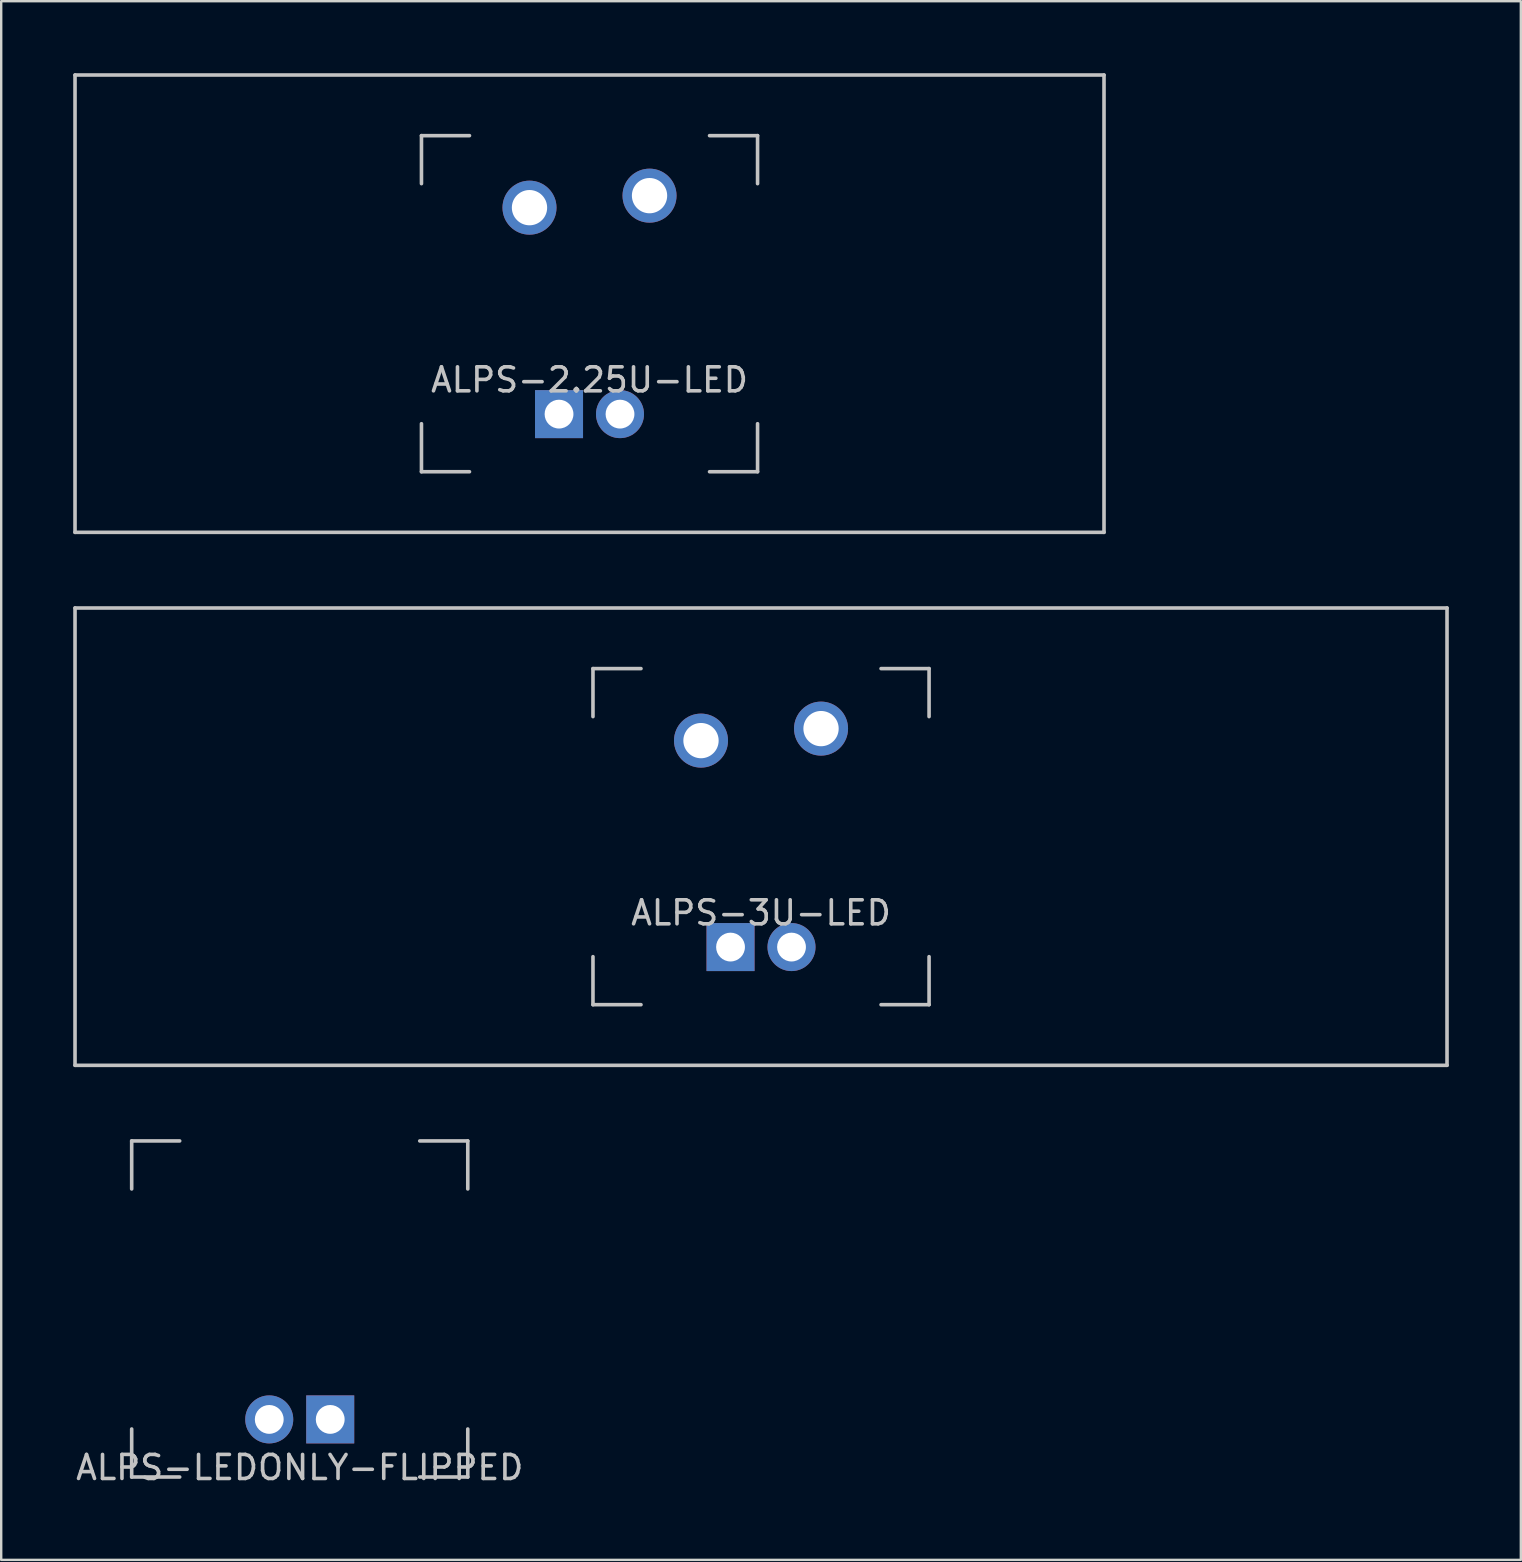
<source format=kicad_pcb>
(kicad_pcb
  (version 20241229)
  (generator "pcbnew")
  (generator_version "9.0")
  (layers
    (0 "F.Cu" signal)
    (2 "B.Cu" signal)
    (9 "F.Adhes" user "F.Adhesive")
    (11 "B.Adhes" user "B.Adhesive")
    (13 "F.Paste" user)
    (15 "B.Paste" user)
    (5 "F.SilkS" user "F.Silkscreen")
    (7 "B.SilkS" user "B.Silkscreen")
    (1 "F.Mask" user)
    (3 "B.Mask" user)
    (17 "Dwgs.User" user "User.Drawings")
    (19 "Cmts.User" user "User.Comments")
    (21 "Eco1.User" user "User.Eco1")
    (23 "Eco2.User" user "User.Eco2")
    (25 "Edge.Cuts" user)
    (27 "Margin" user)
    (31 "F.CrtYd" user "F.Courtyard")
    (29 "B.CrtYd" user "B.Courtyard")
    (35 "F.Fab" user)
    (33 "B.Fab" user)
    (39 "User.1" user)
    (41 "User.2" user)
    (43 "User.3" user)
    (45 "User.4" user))
  (footprint "ALPS-2.25U-LED"
    (layer "F.Cu")
    (at 21.506 9.6)
    (property "Reference" "ALPS-2.25U-LED" (at 0 3.175 0) (layer "Dwgs.User") (effects (font (size 1 1) (thickness 0.15))))
    (attr through_hole)
    (fp_line (start -21.431 -9.525) (end 21.431 -9.525) (stroke (width 0.15) (type solid)) (layer "Dwgs.User"))
    (fp_line (start -21.431 9.525) (end -21.431 -9.525) (stroke (width 0.15) (type solid)) (layer "Dwgs.User"))
    (fp_line (start -21.431 9.525) (end 21.431 9.525) (stroke (width 0.15) (type solid)) (layer "Dwgs.User"))
    (fp_line (start -7 -7) (end -7 -5) (stroke (width 0.15) (type solid)) (layer "Dwgs.User"))
    (fp_line (start -7 5) (end -7 7) (stroke (width 0.15) (type solid)) (layer "Dwgs.User"))
    (fp_line (start -7 7) (end -5 7) (stroke (width 0.15) (type solid)) (layer "Dwgs.User"))
    (fp_line (start -5 -7) (end -7 -7) (stroke (width 0.15) (type solid)) (layer "Dwgs.User"))
    (fp_line (start 5 -7) (end 7 -7) (stroke (width 0.15) (type solid)) (layer "Dwgs.User"))
    (fp_line (start 5 7) (end 7 7) (stroke (width 0.15) (type solid)) (layer "Dwgs.User"))
    (fp_line (start 7 -7) (end 7 -5) (stroke (width 0.15) (type solid)) (layer "Dwgs.User"))
    (fp_line (start 7 7) (end 7 5) (stroke (width 0.15) (type solid)) (layer "Dwgs.User"))
    (fp_line (start 21.431 -9.525) (end 21.431 9.525) (stroke (width 0.15) (type solid)) (layer "Dwgs.User"))
    (pad "1" thru_hole circle (at -2.5 -4) (size 2.25 2.25) (drill 1.47) (layers "*.Cu" "B.Mask"))
    (pad "2" thru_hole circle (at 2.5 -4.5) (size 2.25 2.25) (drill 1.47) (layers "*.Cu" "B.Mask"))
    (pad "3" thru_hole circle (at 1.27 4.6) (size 2 2) (drill 1.2) (layers "*.Cu" "B.Mask"))
    (pad "4" thru_hole rect (at -1.27 4.6) (size 2 2) (drill 1.2) (layers "*.Cu" "B.Mask")))
  (footprint "ALPS-3U-LED"
    (layer "F.Cu")
    (at 28.65 31.8)
    (property "Reference" "ALPS-3U-LED" (at 0 3.175 0) (layer "Dwgs.User") (effects (font (size 1 1) (thickness 0.15))))
    (attr through_hole)
    (fp_line (start -28.575 -9.525) (end 28.575 -9.525) (stroke (width 0.15) (type solid)) (layer "Dwgs.User"))
    (fp_line (start -28.575 9.525) (end -28.575 -9.525) (stroke (width 0.15) (type solid)) (layer "Dwgs.User"))
    (fp_line (start -28.575 9.525) (end 28.575 9.525) (stroke (width 0.15) (type solid)) (layer "Dwgs.User"))
    (fp_line (start -7 -7) (end -7 -5) (stroke (width 0.15) (type solid)) (layer "Dwgs.User"))
    (fp_line (start -7 5) (end -7 7) (stroke (width 0.15) (type solid)) (layer "Dwgs.User"))
    (fp_line (start -7 7) (end -5 7) (stroke (width 0.15) (type solid)) (layer "Dwgs.User"))
    (fp_line (start -5 -7) (end -7 -7) (stroke (width 0.15) (type solid)) (layer "Dwgs.User"))
    (fp_line (start 5 -7) (end 7 -7) (stroke (width 0.15) (type solid)) (layer "Dwgs.User"))
    (fp_line (start 5 7) (end 7 7) (stroke (width 0.15) (type solid)) (layer "Dwgs.User"))
    (fp_line (start 7 -7) (end 7 -5) (stroke (width 0.15) (type solid)) (layer "Dwgs.User"))
    (fp_line (start 7 7) (end 7 5) (stroke (width 0.15) (type solid)) (layer "Dwgs.User"))
    (fp_line (start 28.575 -9.525) (end 28.575 9.525) (stroke (width 0.15) (type solid)) (layer "Dwgs.User"))
    (pad "1" thru_hole circle (at -2.5 -4) (size 2.25 2.25) (drill 1.47) (layers "*.Cu" "B.Mask"))
    (pad "2" thru_hole circle (at 2.5 -4.5) (size 2.25 2.25) (drill 1.47) (layers "*.Cu" "B.Mask"))
    (pad "3" thru_hole circle (at 1.27 4.6) (size 2 2) (drill 1.2) (layers "*.Cu" "B.Mask"))
    (pad "4" thru_hole rect (at -1.27 4.6) (size 2 2) (drill 1.2) (layers "*.Cu" "B.Mask")))
  (footprint "ALPS-LEDONLY-FLIPPED"
    (layer "F.Cu")
    (at 9.435 51.475)
    (property "Reference" "ALPS-LEDONLY-FLIPPED" (at 0 6.604 0) (layer "Dwgs.User") (effects (font (size 1 1) (thickness 0.15))))
    (attr through_hole)
    (fp_line (start -7 -7) (end -7 -5) (stroke (width 0.15) (type solid)) (layer "Dwgs.User"))
    (fp_line (start -7 5) (end -7 7) (stroke (width 0.15) (type solid)) (layer "Dwgs.User"))
    (fp_line (start -7 7) (end -5 7) (stroke (width 0.15) (type solid)) (layer "Dwgs.User"))
    (fp_line (start -5 -7) (end -7 -7) (stroke (width 0.15) (type solid)) (layer "Dwgs.User"))
    (fp_line (start 5 -7) (end 7 -7) (stroke (width 0.15) (type solid)) (layer "Dwgs.User"))
    (fp_line (start 5 7) (end 7 7) (stroke (width 0.15) (type solid)) (layer "Dwgs.User"))
    (fp_line (start 7 -7) (end 7 -5) (stroke (width 0.15) (type solid)) (layer "Dwgs.User"))
    (fp_line (start 7 7) (end 7 5) (stroke (width 0.15) (type solid)) (layer "Dwgs.User"))
    (pad "1" thru_hole circle (at -1.27 4.6) (size 2 2) (drill 1.2) (layers "*.Cu" "B.Mask"))
    (pad "2" thru_hole rect (at 1.27 4.6) (size 2 2) (drill 1.2) (layers "*.Cu" "B.Mask")))
  (gr_rect
    (start -3 -3)
    (end 60.3 61.927)
    (stroke (width 0.1) (type default))
    (fill no)
    (layer "Edge.Cuts")))
</source>
